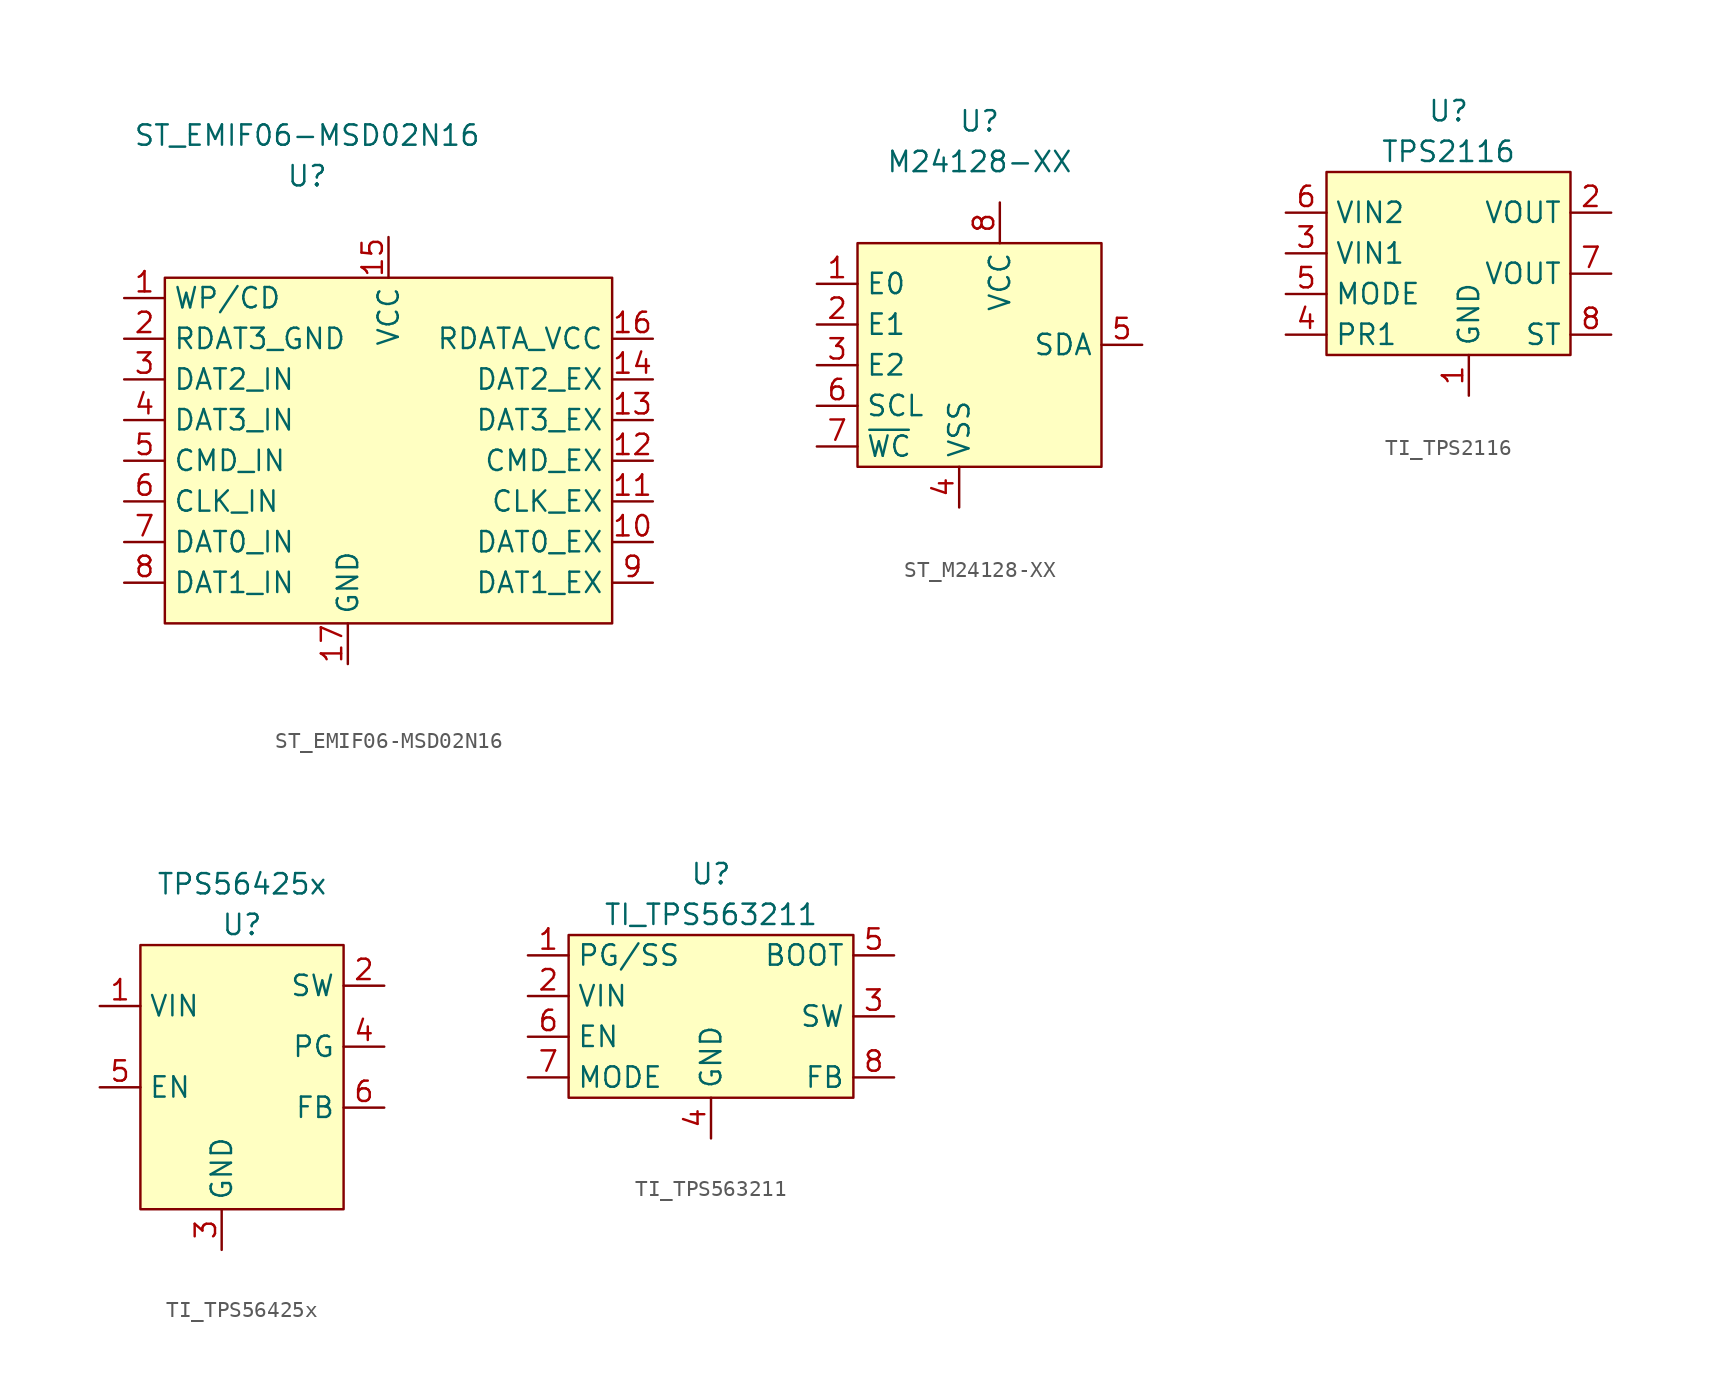
<source format=kicad_sym>
(kicad_symbol_lib
  (version 20220914)
  (generator kicad_symbol_editor)
  (symbol "ST_EMIF06-MSD02N16"
    (property "Reference" "U"
      (at -5.08 1.27 0)
      (effects (font (size 1.27 1.27))))
    (property "Value" "ST_EMIF06-MSD02N16"
      (at -5.08 3.81 0)
      (effects (font (size 1.27 1.27))))
    (symbol "ST_EMIF06-MSD02N16_1_1"
      (rectangle (start -13.97 -5.08) (end 13.97 -26.67) (stroke (width 0) (type default)) (fill (type background)))
      (pin input line (at -16.51 -6.35 0) (length 2.54) (name "WP/CD" (effects (font (size 1.27 1.27)))) (number "1" (effects (font (size 1.27 1.27)))))
      (pin bidirectional line (at 16.51 -21.59 180) (length 2.54) (name "DAT0_EX" (effects (font (size 1.27 1.27)))) (number "10" (effects (font (size 1.27 1.27)))))
      (pin bidirectional line (at 16.51 -19.05 180) (length 2.54) (name "CLK_EX" (effects (font (size 1.27 1.27)))) (number "11" (effects (font (size 1.27 1.27)))))
      (pin bidirectional line (at 16.51 -16.51 180) (length 2.54) (name "CMD_EX" (effects (font (size 1.27 1.27)))) (number "12" (effects (font (size 1.27 1.27)))))
      (pin bidirectional line (at 16.51 -13.97 180) (length 2.54) (name "DAT3_EX" (effects (font (size 1.27 1.27)))) (number "13" (effects (font (size 1.27 1.27)))))
      (pin bidirectional line (at 16.51 -11.43 180) (length 2.54) (name "DAT2_EX" (effects (font (size 1.27 1.27)))) (number "14" (effects (font (size 1.27 1.27)))))
      (pin power_in line (at 0 -2.54 270) (length 2.54) (name "VCC" (effects (font (size 1.27 1.27)))) (number "15" (effects (font (size 1.27 1.27)))))
      (pin input line (at 16.51 -8.89 180) (length 2.54) (name "RDATA_VCC" (effects (font (size 1.27 1.27)))) (number "16" (effects (font (size 1.27 1.27)))))
      (pin power_in line (at -2.54 -29.21 90) (length 2.54) (name "GND" (effects (font (size 1.27 1.27)))) (number "17" (effects (font (size 1.27 1.27)))))
      (pin input line (at -16.51 -8.89 0) (length 2.54) (name "RDAT3_GND" (effects (font (size 1.27 1.27)))) (number "2" (effects (font (size 1.27 1.27)))))
      (pin bidirectional line (at -16.51 -11.43 0) (length 2.54) (name "DAT2_IN" (effects (font (size 1.27 1.27)))) (number "3" (effects (font (size 1.27 1.27)))))
      (pin bidirectional line (at -16.51 -13.97 0) (length 2.54) (name "DAT3_IN" (effects (font (size 1.27 1.27)))) (number "4" (effects (font (size 1.27 1.27)))))
      (pin bidirectional line (at -16.51 -16.51 0) (length 2.54) (name "CMD_IN" (effects (font (size 1.27 1.27)))) (number "5" (effects (font (size 1.27 1.27)))))
      (pin bidirectional line (at -16.51 -19.05 0) (length 2.54) (name "CLK_IN" (effects (font (size 1.27 1.27)))) (number "6" (effects (font (size 1.27 1.27)))))
      (pin bidirectional line (at -16.51 -21.59 0) (length 2.54) (name "DAT0_IN" (effects (font (size 1.27 1.27)))) (number "7" (effects (font (size 1.27 1.27)))))
      (pin bidirectional line (at -16.51 -24.13 0) (length 2.54) (name "DAT1_IN" (effects (font (size 1.27 1.27)))) (number "8" (effects (font (size 1.27 1.27)))))
      (pin bidirectional line (at 16.51 -24.13 180) (length 2.54) (name "DAT1_EX" (effects (font (size 1.27 1.27)))) (number "9" (effects (font (size 1.27 1.27)))))))
  (symbol "ST_M24128-XX"
    (property "Reference" "U"
      (at 0 0 0)
      (effects (font (size 1.27 1.27))))
    (property "Value" "M24128-XX"
      (at 0 -2.54 0)
      (effects (font (size 1.27 1.27))))
    (symbol "ST_M24128-XX_1_1"
      (rectangle (start -7.62 -7.62) (end 7.62 -21.59) (stroke (width 0) (type default)) (fill (type background)))
      (pin input line (at -10.16 -10.16 0) (length 2.54) (name "E0" (effects (font (size 1.27 1.27)))) (number "1" (effects (font (size 1.27 1.27)))))
      (pin input line (at -10.16 -12.7 0) (length 2.54) (name "E1" (effects (font (size 1.27 1.27)))) (number "2" (effects (font (size 1.27 1.27)))))
      (pin input line (at -10.16 -15.24 0) (length 2.54) (name "E2" (effects (font (size 1.27 1.27)))) (number "3" (effects (font (size 1.27 1.27)))))
      (pin power_in line (at -1.27 -24.13 90) (length 2.54) (name "VSS" (effects (font (size 1.27 1.27)))) (number "4" (effects (font (size 1.27 1.27)))))
      (pin bidirectional line (at 10.16 -13.97 180) (length 2.54) (name "SDA" (effects (font (size 1.27 1.27)))) (number "5" (effects (font (size 1.27 1.27)))))
      (pin input line (at -10.16 -17.78 0) (length 2.54) (name "SCL" (effects (font (size 1.27 1.27)))) (number "6" (effects (font (size 1.27 1.27)))))
      (pin input line (at -10.16 -20.32 0) (length 2.54) (name "~{WC}" (effects (font (size 1.27 1.27)))) (number "7" (effects (font (size 1.27 1.27)))))
      (pin power_in line (at 1.27 -5.08 270) (length 2.54) (name "VCC" (effects (font (size 1.27 1.27)))) (number "8" (effects (font (size 1.27 1.27)))))))
  (symbol "TI_TPS2116"
    (property "Reference" "U"
      (at 0 0 0)
      (effects (font (size 1.27 1.27))))
    (property "Value" "TPS2116"
      (at 0 -2.54 0)
      (effects (font (size 1.27 1.27))))
    (symbol "TI_TPS2116_1_1"
      (rectangle (start -7.62 -3.81) (end 7.62 -15.24) (stroke (width 0) (type default)) (fill (type background)))
      (pin power_in line (at 1.27 -17.78 90) (length 2.54) (name "GND" (effects (font (size 1.27 1.27)))) (number "1" (effects (font (size 1.27 1.27)))))
      (pin power_out line (at 10.16 -6.35 180) (length 2.54) (name "VOUT" (effects (font (size 1.27 1.27)))) (number "2" (effects (font (size 1.27 1.27)))))
      (pin power_in line (at -10.16 -8.89 0) (length 2.54) (name "VIN1" (effects (font (size 1.27 1.27)))) (number "3" (effects (font (size 1.27 1.27)))))
      (pin input line (at -10.16 -13.97 0) (length 2.54) (name "PR1" (effects (font (size 1.27 1.27)))) (number "4" (effects (font (size 1.27 1.27)))))
      (pin input line (at -10.16 -11.43 0) (length 2.54) (name "MODE" (effects (font (size 1.27 1.27)))) (number "5" (effects (font (size 1.27 1.27)))))
      (pin power_in line (at -10.16 -6.35 0) (length 2.54) (name "VIN2" (effects (font (size 1.27 1.27)))) (number "6" (effects (font (size 1.27 1.27)))))
      (pin power_out line (at 10.16 -10.16 180) (length 2.54) (name "VOUT" (effects (font (size 1.27 1.27)))) (number "7" (effects (font (size 1.27 1.27)))))
      (pin output line (at 10.16 -13.97 180) (length 2.54) (name "ST" (effects (font (size 1.27 1.27)))) (number "8" (effects (font (size 1.27 1.27)))))))
  (symbol "TI_TPS56425x"
    (property "Reference" "U"
      (at 0 0 0)
      (effects (font (size 1.27 1.27))))
    (property "Value" "TPS56425x"
      (at 0 2.54 0)
      (effects (font (size 1.27 1.27))))
    (symbol "TI_TPS56425x_1_1"
      (rectangle (start -6.35 -1.27) (end 6.35 -17.78) (stroke (width 0) (type default)) (fill (type background)))
      (pin power_in line (at -8.89 -5.08 0) (length 2.54) (name "VIN" (effects (font (size 1.27 1.27)))) (number "1" (effects (font (size 1.27 1.27)))))
      (pin power_out line (at 8.89 -3.81 180) (length 2.54) (name "SW" (effects (font (size 1.27 1.27)))) (number "2" (effects (font (size 1.27 1.27)))))
      (pin power_in line (at -1.27 -20.32 90) (length 2.54) (name "GND" (effects (font (size 1.27 1.27)))) (number "3" (effects (font (size 1.27 1.27)))))
      (pin input line (at 8.89 -7.62 180) (length 2.54) (name "PG" (effects (font (size 1.27 1.27)))) (number "4" (effects (font (size 1.27 1.27)))))
      (pin input line (at -8.89 -10.16 0) (length 2.54) (name "EN" (effects (font (size 1.27 1.27)))) (number "5" (effects (font (size 1.27 1.27)))))
      (pin input line (at 8.89 -11.43 180) (length 2.54) (name "FB" (effects (font (size 1.27 1.27)))) (number "6" (effects (font (size 1.27 1.27)))))))
  (symbol "TI_TPS563211"
    (property "Reference" "U"
      (at 0 0 0)
      (effects (font (size 1.27 1.27))))
    (property "Value" "TI_TPS563211"
      (at 0 -2.54 0)
      (effects (font (size 1.27 1.27))))
    (symbol "TI_TPS563211_1_1"
      (rectangle (start -8.89 -3.81) (end 8.89 -13.97) (stroke (width 0) (type default)) (fill (type background)))
      (pin bidirectional line (at -11.43 -5.08 0) (length 2.54) (name "PG/SS" (effects (font (size 1.27 1.27)))) (number "1" (effects (font (size 1.27 1.27)))))
      (pin power_in line (at -11.43 -7.62 0) (length 2.54) (name "VIN" (effects (font (size 1.27 1.27)))) (number "2" (effects (font (size 1.27 1.27)))))
      (pin power_out line (at 11.43 -8.89 180) (length 2.54) (name "SW" (effects (font (size 1.27 1.27)))) (number "3" (effects (font (size 1.27 1.27)))))
      (pin power_in line (at 0 -16.51 90) (length 2.54) (name "GND" (effects (font (size 1.27 1.27)))) (number "4" (effects (font (size 1.27 1.27)))))
      (pin power_in line (at 11.43 -5.08 180) (length 2.54) (name "BOOT" (effects (font (size 1.27 1.27)))) (number "5" (effects (font (size 1.27 1.27)))))
      (pin input line (at -11.43 -10.16 0) (length 2.54) (name "EN" (effects (font (size 1.27 1.27)))) (number "6" (effects (font (size 1.27 1.27)))))
      (pin input line (at -11.43 -12.7 0) (length 2.54) (name "MODE" (effects (font (size 1.27 1.27)))) (number "7" (effects (font (size 1.27 1.27)))))
      (pin input line (at 11.43 -12.7 180) (length 2.54) (name "FB" (effects (font (size 1.27 1.27)))) (number "8" (effects (font (size 1.27 1.27))))))))
</source>
